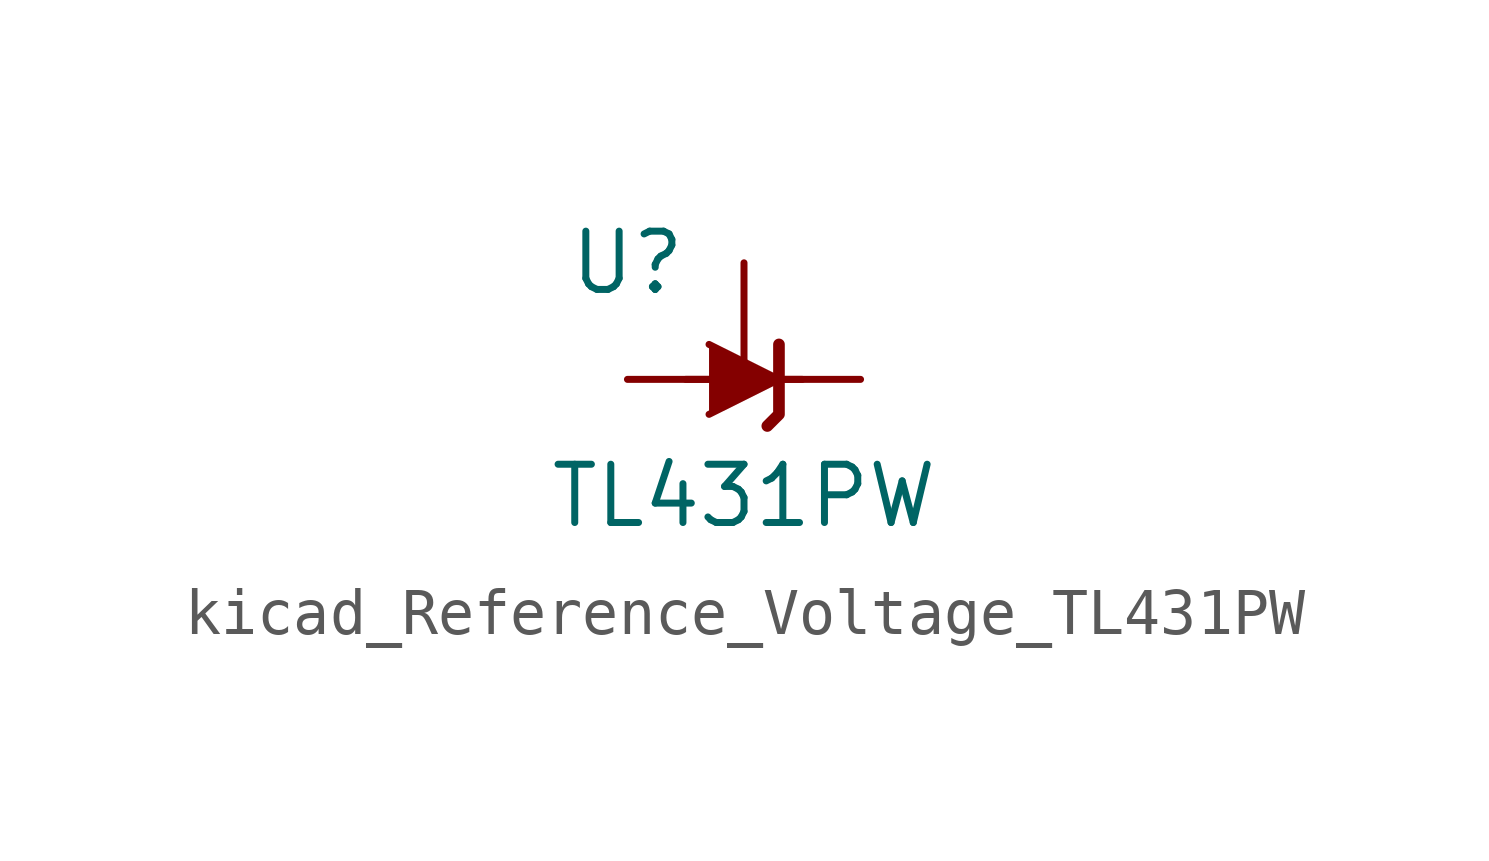
<source format=kicad_sym>
(kicad_symbol_lib
  (version 20220914)
  (generator kicad_symbol_editor)
  (symbol "kicad_Reference_Voltage_TL431PW"
    (pin_numbers hide)
    (pin_names hide)
    (property "Reference" "U"
      (at -2.54 2.54 0)
      (effects (font (size 1.27 1.27))))
    (property "Value" "TL431PW"
      (at 0 -2.54 0)
      (effects (font (size 1.27 1.27))))
    (symbol "kicad_Reference_Voltage_TL431PW_0_1"
      (polyline (pts (xy -1.27 0) (xy 0 0) (xy 1.27 0)) (stroke (width 0) (type default)) (fill (type none)))
      (polyline (pts (xy -0.762 0.762) (xy 0.762 0) (xy -0.762 -0.762)) (stroke (width 0) (type default)) (fill (type outline)))
      (polyline (pts (xy 0.508 -1.016) (xy 0.762 -0.762) (xy 0.762 0.762) (xy 0.762 0.762)) (stroke (width 0.254) (type default)) (fill (type none))))
    (symbol "kicad_Reference_Voltage_TL431PW_1_1"
      (pin passive line (at 2.54 0 180) (length 2.54) (name "K" (effects (font (size 1.27 1.27)))) (number "1" (effects (font (size 1.27 1.27)))))
      (pin passive line (at -2.54 0 0) (length 2.54) (name "A" (effects (font (size 1.27 1.27)))) (number "6" (effects (font (size 1.27 1.27)))))
      (pin passive line (at 0 2.54 270) (length 2.54) (name "REF" (effects (font (size 1.27 1.27)))) (number "8" (effects (font (size 1.27 1.27))))))))
</source>
